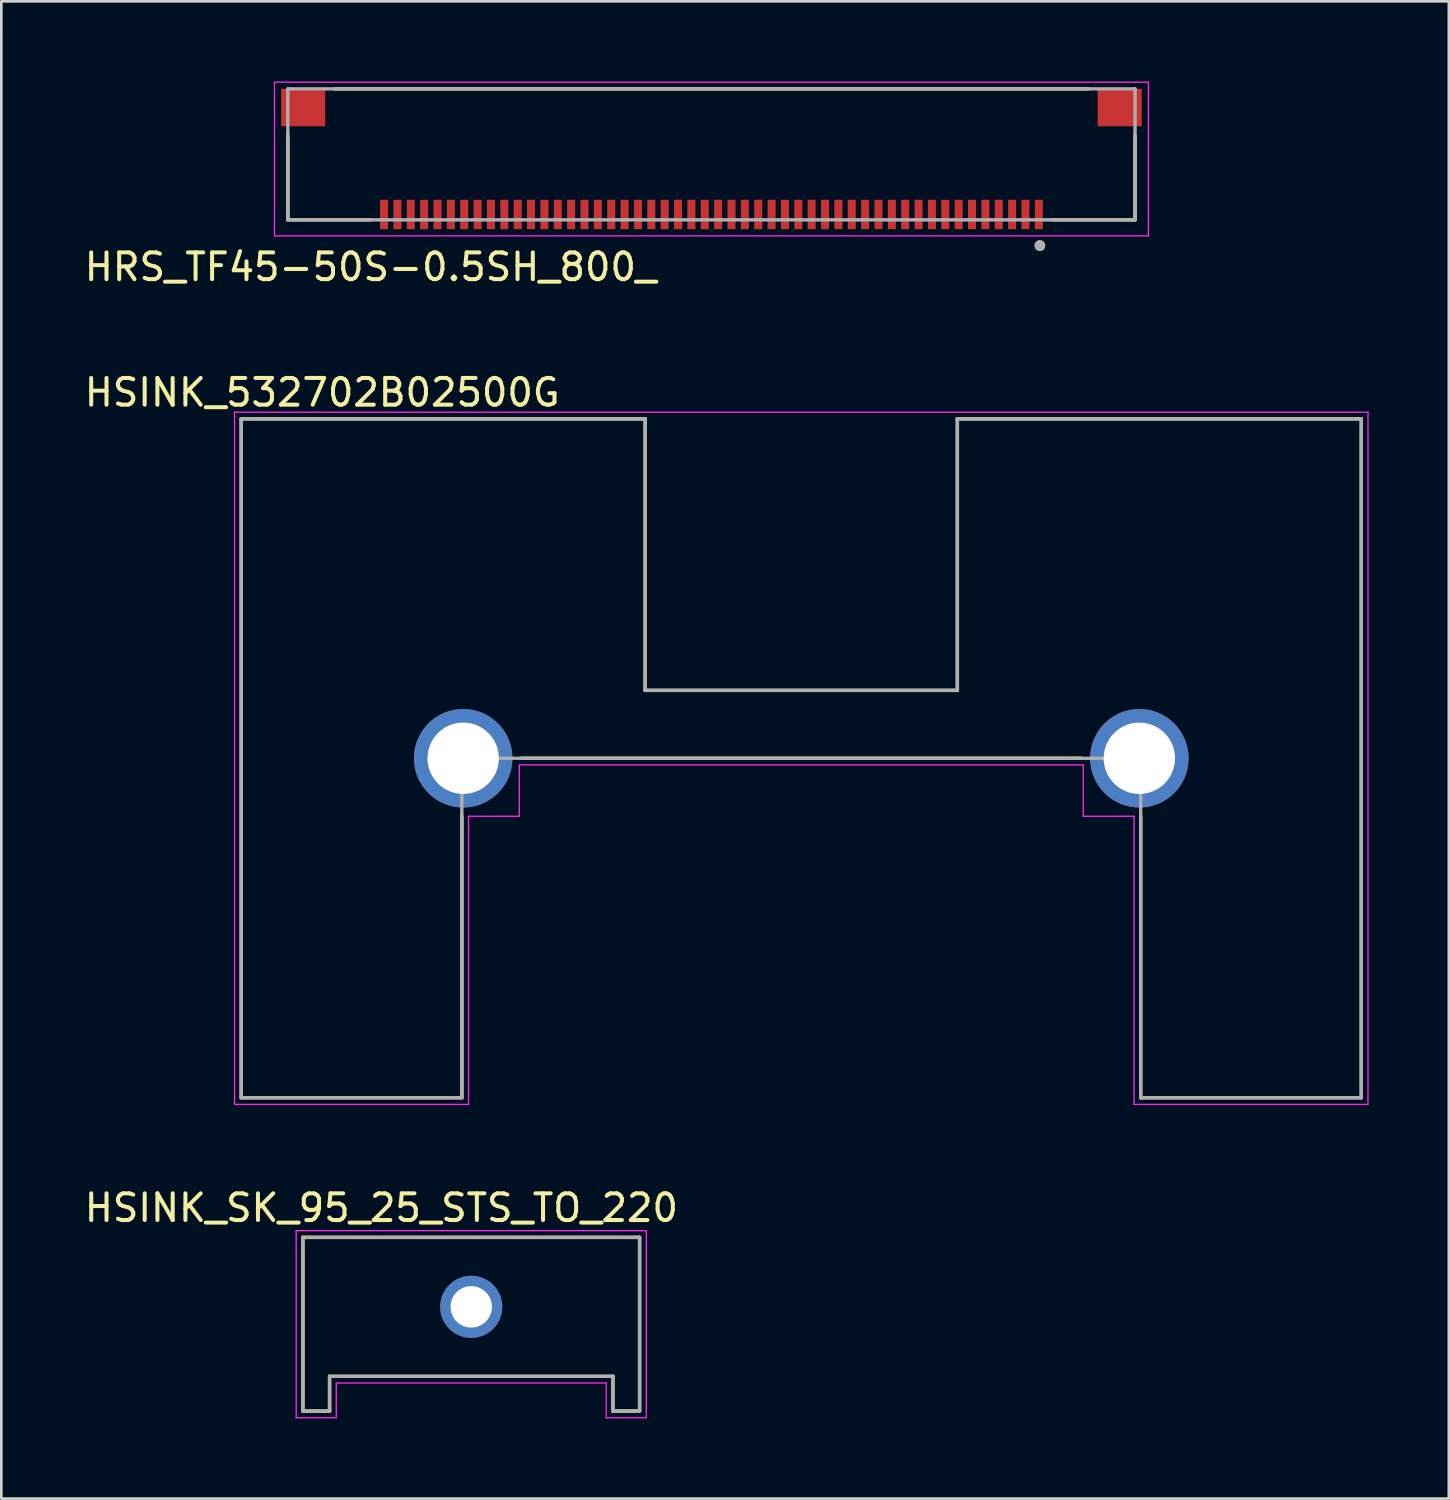
<source format=kicad_pcb>
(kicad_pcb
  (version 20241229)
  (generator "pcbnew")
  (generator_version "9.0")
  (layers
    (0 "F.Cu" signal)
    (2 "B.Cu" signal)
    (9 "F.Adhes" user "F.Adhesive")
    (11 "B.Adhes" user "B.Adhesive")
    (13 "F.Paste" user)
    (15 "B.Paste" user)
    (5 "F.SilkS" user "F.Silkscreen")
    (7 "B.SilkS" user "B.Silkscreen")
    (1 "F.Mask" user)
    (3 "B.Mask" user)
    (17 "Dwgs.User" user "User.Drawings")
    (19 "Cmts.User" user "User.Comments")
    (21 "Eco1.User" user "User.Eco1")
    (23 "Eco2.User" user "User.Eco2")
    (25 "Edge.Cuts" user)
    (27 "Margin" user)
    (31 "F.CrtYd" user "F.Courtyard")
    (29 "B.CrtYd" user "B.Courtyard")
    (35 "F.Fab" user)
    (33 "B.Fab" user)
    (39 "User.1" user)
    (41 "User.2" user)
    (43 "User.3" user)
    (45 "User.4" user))
  (footprint "HRS_TF45-50S-0.5SH_800_"
    (layer "F.Cu")
    (at 23.57 2.725)
    (property "Reference" "HRS_TF45-50S-0.5SH_800_" (at -12.755 4.215 0) (layer "F.SilkS") (effects (font (size 1 1) (thickness 0.15))))
    (attr smd)
    (fp_line (start -15.85 2.45) (end -15.85 -0.7) (stroke (width 0.127) (type solid)) (layer "F.SilkS"))
    (fp_line (start -14.1 -2.45) (end 14.1 -2.45) (stroke (width 0.127) (type solid)) (layer "F.SilkS"))
    (fp_line (start -12.75 2.45) (end -15.85 2.45) (stroke (width 0.127) (type solid)) (layer "F.SilkS"))
    (fp_line (start 15.85 -0.7) (end 15.85 2.45) (stroke (width 0.127) (type solid)) (layer "F.SilkS"))
    (fp_line (start 15.85 2.45) (end 12.75 2.45) (stroke (width 0.127) (type solid)) (layer "F.SilkS"))
    (fp_circle (center 12.29 3.415) (end 12.39 3.415) (stroke (width 0.2) (type solid)) (fill no) (layer "F.SilkS"))
    (fp_line (start -16.35 -2.7) (end 16.35 -2.7) (stroke (width 0.05) (type solid)) (layer "F.CrtYd"))
    (fp_line (start -16.35 3.05) (end -16.35 -2.7) (stroke (width 0.05) (type solid)) (layer "F.CrtYd"))
    (fp_line (start 16.35 -2.7) (end 16.35 3.05) (stroke (width 0.05) (type solid)) (layer "F.CrtYd"))
    (fp_line (start 16.35 3.05) (end -16.35 3.05) (stroke (width 0.05) (type solid)) (layer "F.CrtYd"))
    (fp_line (start -15.85 -2.45) (end 15.85 -2.45) (stroke (width 0.127) (type solid)) (layer "F.Fab"))
    (fp_line (start -15.85 2.45) (end -15.85 -2.45) (stroke (width 0.127) (type solid)) (layer "F.Fab"))
    (fp_line (start 15.85 -2.45) (end 15.85 2.45) (stroke (width 0.127) (type solid)) (layer "F.Fab"))
    (fp_line (start 15.85 2.45) (end -15.85 2.45) (stroke (width 0.127) (type solid)) (layer "F.Fab"))
    (fp_circle (center 12.29 3.415) (end 12.39 3.415) (stroke (width 0.2) (type solid)) (fill no) (layer "F.Fab"))
    (pad "1" smd rect (at 12.25 2.25) (size 0.3 1.1) (layers "F.Cu" "F.Mask" "F.Paste"))
    (pad "2" smd rect (at 11.75 2.25) (size 0.3 1.1) (layers "F.Cu" "F.Mask" "F.Paste"))
    (pad "3" smd rect (at 11.25 2.25) (size 0.3 1.1) (layers "F.Cu" "F.Mask" "F.Paste"))
    (pad "4" smd rect (at 10.75 2.25) (size 0.3 1.1) (layers "F.Cu" "F.Mask" "F.Paste"))
    (pad "5" smd rect (at 10.25 2.25) (size 0.3 1.1) (layers "F.Cu" "F.Mask" "F.Paste"))
    (pad "6" smd rect (at 9.75 2.25) (size 0.3 1.1) (layers "F.Cu" "F.Mask" "F.Paste"))
    (pad "7" smd rect (at 9.25 2.25) (size 0.3 1.1) (layers "F.Cu" "F.Mask" "F.Paste"))
    (pad "8" smd rect (at 8.75 2.25) (size 0.3 1.1) (layers "F.Cu" "F.Mask" "F.Paste"))
    (pad "9" smd rect (at 8.25 2.25) (size 0.3 1.1) (layers "F.Cu" "F.Mask" "F.Paste"))
    (pad "10" smd rect (at 7.75 2.25) (size 0.3 1.1) (layers "F.Cu" "F.Mask" "F.Paste"))
    (pad "11" smd rect (at 7.25 2.25) (size 0.3 1.1) (layers "F.Cu" "F.Mask" "F.Paste"))
    (pad "12" smd rect (at 6.75 2.25) (size 0.3 1.1) (layers "F.Cu" "F.Mask" "F.Paste"))
    (pad "13" smd rect (at 6.25 2.25) (size 0.3 1.1) (layers "F.Cu" "F.Mask" "F.Paste"))
    (pad "14" smd rect (at 5.75 2.25) (size 0.3 1.1) (layers "F.Cu" "F.Mask" "F.Paste"))
    (pad "15" smd rect (at 5.25 2.25) (size 0.3 1.1) (layers "F.Cu" "F.Mask" "F.Paste"))
    (pad "16" smd rect (at 4.75 2.25) (size 0.3 1.1) (layers "F.Cu" "F.Mask" "F.Paste"))
    (pad "17" smd rect (at 4.25 2.25) (size 0.3 1.1) (layers "F.Cu" "F.Mask" "F.Paste"))
    (pad "18" smd rect (at 3.75 2.25) (size 0.3 1.1) (layers "F.Cu" "F.Mask" "F.Paste"))
    (pad "19" smd rect (at 3.25 2.25) (size 0.3 1.1) (layers "F.Cu" "F.Mask" "F.Paste"))
    (pad "20" smd rect (at 2.75 2.25) (size 0.3 1.1) (layers "F.Cu" "F.Mask" "F.Paste"))
    (pad "21" smd rect (at 2.25 2.25) (size 0.3 1.1) (layers "F.Cu" "F.Mask" "F.Paste"))
    (pad "22" smd rect (at 1.75 2.25) (size 0.3 1.1) (layers "F.Cu" "F.Mask" "F.Paste"))
    (pad "23" smd rect (at 1.25 2.25) (size 0.3 1.1) (layers "F.Cu" "F.Mask" "F.Paste"))
    (pad "24" smd rect (at 0.75 2.25) (size 0.3 1.1) (layers "F.Cu" "F.Mask" "F.Paste"))
    (pad "25" smd rect (at 0.25 2.25) (size 0.3 1.1) (layers "F.Cu" "F.Mask" "F.Paste"))
    (pad "26" smd rect (at -0.25 2.25) (size 0.3 1.1) (layers "F.Cu" "F.Mask" "F.Paste"))
    (pad "27" smd rect (at -0.75 2.25) (size 0.3 1.1) (layers "F.Cu" "F.Mask" "F.Paste"))
    (pad "28" smd rect (at -1.25 2.25) (size 0.3 1.1) (layers "F.Cu" "F.Mask" "F.Paste"))
    (pad "29" smd rect (at -1.75 2.25) (size 0.3 1.1) (layers "F.Cu" "F.Mask" "F.Paste"))
    (pad "30" smd rect (at -2.25 2.25) (size 0.3 1.1) (layers "F.Cu" "F.Mask" "F.Paste"))
    (pad "31" smd rect (at -2.75 2.25) (size 0.3 1.1) (layers "F.Cu" "F.Mask" "F.Paste"))
    (pad "32" smd rect (at -3.25 2.25) (size 0.3 1.1) (layers "F.Cu" "F.Mask" "F.Paste"))
    (pad "33" smd rect (at -3.75 2.25) (size 0.3 1.1) (layers "F.Cu" "F.Mask" "F.Paste"))
    (pad "34" smd rect (at -4.25 2.25) (size 0.3 1.1) (layers "F.Cu" "F.Mask" "F.Paste"))
    (pad "35" smd rect (at -4.75 2.25) (size 0.3 1.1) (layers "F.Cu" "F.Mask" "F.Paste"))
    (pad "36" smd rect (at -5.25 2.25) (size 0.3 1.1) (layers "F.Cu" "F.Mask" "F.Paste"))
    (pad "37" smd rect (at -5.75 2.25) (size 0.3 1.1) (layers "F.Cu" "F.Mask" "F.Paste"))
    (pad "38" smd rect (at -6.25 2.25) (size 0.3 1.1) (layers "F.Cu" "F.Mask" "F.Paste"))
    (pad "39" smd rect (at -6.75 2.25) (size 0.3 1.1) (layers "F.Cu" "F.Mask" "F.Paste"))
    (pad "40" smd rect (at -7.25 2.25) (size 0.3 1.1) (layers "F.Cu" "F.Mask" "F.Paste"))
    (pad "41" smd rect (at -7.75 2.25) (size 0.3 1.1) (layers "F.Cu" "F.Mask" "F.Paste"))
    (pad "42" smd rect (at -8.25 2.25) (size 0.3 1.1) (layers "F.Cu" "F.Mask" "F.Paste"))
    (pad "43" smd rect (at -8.75 2.25) (size 0.3 1.1) (layers "F.Cu" "F.Mask" "F.Paste"))
    (pad "44" smd rect (at -9.25 2.25) (size 0.3 1.1) (layers "F.Cu" "F.Mask" "F.Paste"))
    (pad "45" smd rect (at -9.75 2.25) (size 0.3 1.1) (layers "F.Cu" "F.Mask" "F.Paste"))
    (pad "46" smd rect (at -10.25 2.25) (size 0.3 1.1) (layers "F.Cu" "F.Mask" "F.Paste"))
    (pad "47" smd rect (at -10.75 2.25) (size 0.3 1.1) (layers "F.Cu" "F.Mask" "F.Paste"))
    (pad "48" smd rect (at -11.25 2.25) (size 0.3 1.1) (layers "F.Cu" "F.Mask" "F.Paste"))
    (pad "49" smd rect (at -11.75 2.25) (size 0.3 1.1) (layers "F.Cu" "F.Mask" "F.Paste"))
    (pad "50" smd rect (at -12.25 2.25) (size 0.3 1.1) (layers "F.Cu" "F.Mask" "F.Paste"))
    (pad "S1" smd rect (at -15.275 -1.75) (size 1.65 1.4) (layers "F.Cu" "F.Mask" "F.Paste"))
    (pad "S2" smd rect (at 15.275 -1.75) (size 1.65 1.4) (layers "F.Cu" "F.Mask" "F.Paste")))
  (footprint "HSINK_SK_95_25_STS_TO_220"
    (layer "F.Cu")
    (at 14.582 45.848)
    (property "Reference" "HSINK_SK_95_25_STS_TO_220" (at -3.361 -3.703 0) (layer "F.SilkS") (effects (font (size 1 1) (thickness 0.15))))
    (attr through_hole)
    (fp_line (start -6.3 -2.6) (end 6.3 -2.6) (stroke (width 0.127) (type solid)) (layer "F.SilkS"))
    (fp_line (start -6.3 3.9) (end -6.3 -2.6) (stroke (width 0.127) (type solid)) (layer "F.SilkS"))
    (fp_line (start -5.3 2.6) (end 5.3 2.6) (stroke (width 0.127) (type solid)) (layer "F.SilkS"))
    (fp_line (start -5.3 3.9) (end -6.3 3.9) (stroke (width 0.127) (type solid)) (layer "F.SilkS"))
    (fp_line (start -5.3 3.9) (end -5.3 2.6) (stroke (width 0.127) (type solid)) (layer "F.SilkS"))
    (fp_line (start 5.3 3.9) (end 5.3 2.6) (stroke (width 0.127) (type solid)) (layer "F.SilkS"))
    (fp_line (start 5.3 3.9) (end 6.3 3.9) (stroke (width 0.127) (type solid)) (layer "F.SilkS"))
    (fp_line (start 6.3 -2.6) (end 6.3 3.87) (stroke (width 0.127) (type solid)) (layer "F.SilkS"))
    (fp_line (start -6.55 -2.85) (end -6.55 4.15) (stroke (width 0.05) (type solid)) (layer "F.CrtYd"))
    (fp_line (start -6.55 -2.85) (end 6.55 -2.85) (stroke (width 0.05) (type solid)) (layer "F.CrtYd"))
    (fp_line (start -6.55 4.15) (end -5.05 4.15) (stroke (width 0.05) (type solid)) (layer "F.CrtYd"))
    (fp_line (start -5.05 2.85) (end 5.05 2.85) (stroke (width 0.05) (type solid)) (layer "F.CrtYd"))
    (fp_line (start -5.05 4.15) (end -5.05 2.85) (stroke (width 0.05) (type solid)) (layer "F.CrtYd"))
    (fp_line (start 5.05 4.15) (end 5.05 2.85) (stroke (width 0.05) (type solid)) (layer "F.CrtYd"))
    (fp_line (start 5.05 4.15) (end 6.55 4.15) (stroke (width 0.05) (type solid)) (layer "F.CrtYd"))
    (fp_line (start 6.55 4.15) (end 6.55 -2.85) (stroke (width 0.05) (type solid)) (layer "F.CrtYd"))
    (fp_line (start -6.3 -2.6) (end 6.3 -2.6) (stroke (width 0.127) (type solid)) (layer "F.Fab"))
    (fp_line (start -6.3 3.9) (end -6.3 -2.6) (stroke (width 0.127) (type solid)) (layer "F.Fab"))
    (fp_line (start -5.3 2.6) (end 5.3 2.6) (stroke (width 0.127) (type solid)) (layer "F.Fab"))
    (fp_line (start -5.3 3.9) (end -6.3 3.9) (stroke (width 0.127) (type solid)) (layer "F.Fab"))
    (fp_line (start -5.3 3.9) (end -5.3 2.6) (stroke (width 0.127) (type solid)) (layer "F.Fab"))
    (fp_line (start 5.3 3.9) (end 5.3 2.6) (stroke (width 0.127) (type solid)) (layer "F.Fab"))
    (fp_line (start 5.3 3.9) (end 6.3 3.9) (stroke (width 0.127) (type solid)) (layer "F.Fab"))
    (fp_line (start 6.3 -2.6) (end 6.3 3.87) (stroke (width 0.127) (type solid)) (layer "F.Fab"))
    (pad "1" thru_hole circle (at 0 0) (size 2.325 2.325) (drill 1.55) (layers "*.Cu" "*.Mask")))
  (footprint "HSINK_532702B02500G"
    (layer "F.Cu")
    (at 26.931 25.322)
    (property "Reference" "HSINK_532702B02500G" (at -17.925 -13.685 0) (layer "F.SilkS") (effects (font (size 1 1) (thickness 0.15))))
    (attr through_hole)
    (fp_line (start -20.955 -12.7) (end -5.84 -12.7) (stroke (width 0.127) (type solid)) (layer "F.SilkS"))
    (fp_line (start -20.955 12.7) (end -20.955 -12.7) (stroke (width 0.127) (type solid)) (layer "F.SilkS"))
    (fp_line (start -12.7 2.17) (end -12.7 12.7) (stroke (width 0.127) (type solid)) (layer "F.SilkS"))
    (fp_line (start -12.7 12.7) (end -20.955 12.7) (stroke (width 0.127) (type solid)) (layer "F.SilkS"))
    (fp_line (start -10.48 0) (end 10.48 0) (stroke (width 0.127) (type solid)) (layer "F.SilkS"))
    (fp_line (start -5.84 -12.7) (end -5.84 -2.54) (stroke (width 0.127) (type solid)) (layer "F.SilkS"))
    (fp_line (start -5.84 -2.54) (end 5.84 -2.54) (stroke (width 0.127) (type solid)) (layer "F.SilkS"))
    (fp_line (start 5.84 -12.7) (end 20.955 -12.7) (stroke (width 0.127) (type solid)) (layer "F.SilkS"))
    (fp_line (start 5.84 -2.54) (end 5.84 -12.7) (stroke (width 0.127) (type solid)) (layer "F.SilkS"))
    (fp_line (start 12.7 12.7) (end 12.7 2.17) (stroke (width 0.127) (type solid)) (layer "F.SilkS"))
    (fp_line (start 20.955 -12.7) (end 20.955 12.7) (stroke (width 0.127) (type solid)) (layer "F.SilkS"))
    (fp_line (start 20.955 12.7) (end 12.7 12.7) (stroke (width 0.127) (type solid)) (layer "F.SilkS"))
    (fp_line (start -21.205 -12.95) (end 21.205 -12.95) (stroke (width 0.05) (type solid)) (layer "F.CrtYd"))
    (fp_line (start -21.205 12.95) (end -21.205 -12.95) (stroke (width 0.05) (type solid)) (layer "F.CrtYd"))
    (fp_line (start -12.45 2.17) (end -10.55 2.17) (stroke (width 0.05) (type solid)) (layer "F.CrtYd"))
    (fp_line (start -12.45 12.95) (end -21.205 12.95) (stroke (width 0.05) (type solid)) (layer "F.CrtYd"))
    (fp_line (start -12.45 12.95) (end -12.45 2.17) (stroke (width 0.05) (type solid)) (layer "F.CrtYd"))
    (fp_line (start -10.55 0.25) (end 10.55 0.25) (stroke (width 0.05) (type solid)) (layer "F.CrtYd"))
    (fp_line (start -10.55 2.17) (end -10.55 0.25) (stroke (width 0.05) (type solid)) (layer "F.CrtYd"))
    (fp_line (start 10.55 0.25) (end 10.55 2.17) (stroke (width 0.05) (type solid)) (layer "F.CrtYd"))
    (fp_line (start 10.55 2.17) (end 12.45 2.17) (stroke (width 0.05) (type solid)) (layer "F.CrtYd"))
    (fp_line (start 12.45 2.17) (end 12.45 12.95) (stroke (width 0.05) (type solid)) (layer "F.CrtYd"))
    (fp_line (start 21.205 -12.95) (end 21.205 12.95) (stroke (width 0.05) (type solid)) (layer "F.CrtYd"))
    (fp_line (start 21.205 12.95) (end 12.45 12.95) (stroke (width 0.05) (type solid)) (layer "F.CrtYd"))
    (fp_line (start -20.955 -12.7) (end -5.84 -12.7) (stroke (width 0.127) (type solid)) (layer "F.Fab"))
    (fp_line (start -20.955 12.7) (end -20.955 -12.7) (stroke (width 0.127) (type solid)) (layer "F.Fab"))
    (fp_line (start -12.7 0) (end -12.7 12.7) (stroke (width 0.127) (type solid)) (layer "F.Fab"))
    (fp_line (start -12.7 12.7) (end -20.955 12.7) (stroke (width 0.127) (type solid)) (layer "F.Fab"))
    (fp_line (start -5.84 -12.7) (end -5.84 -2.54) (stroke (width 0.127) (type solid)) (layer "F.Fab"))
    (fp_line (start -5.84 -2.54) (end 5.84 -2.54) (stroke (width 0.127) (type solid)) (layer "F.Fab"))
    (fp_line (start 5.84 -12.7) (end 20.955 -12.7) (stroke (width 0.127) (type solid)) (layer "F.Fab"))
    (fp_line (start 5.84 -2.54) (end 5.84 -12.7) (stroke (width 0.127) (type solid)) (layer "F.Fab"))
    (fp_line (start 12.7 0) (end -12.7 0) (stroke (width 0.127) (type solid)) (layer "F.Fab"))
    (fp_line (start 12.7 12.7) (end 12.7 0) (stroke (width 0.127) (type solid)) (layer "F.Fab"))
    (fp_line (start 20.955 -12.7) (end 20.955 12.7) (stroke (width 0.127) (type solid)) (layer "F.Fab"))
    (fp_line (start 20.955 12.7) (end 12.7 12.7) (stroke (width 0.127) (type solid)) (layer "F.Fab"))
    (pad "1" thru_hole circle (at -12.65 0) (size 3.686 3.686) (drill 2.67) (layers "*.Cu" "*.Mask"))
    (pad "2" thru_hole circle (at 12.65 0) (size 3.686 3.686) (drill 2.67) (layers "*.Cu" "*.Mask")))
  (gr_rect
    (start -3 -3)
    (end 51.161 53.023)
    (stroke (width 0.1) (type default))
    (fill no)
    (layer "Edge.Cuts")))
</source>
